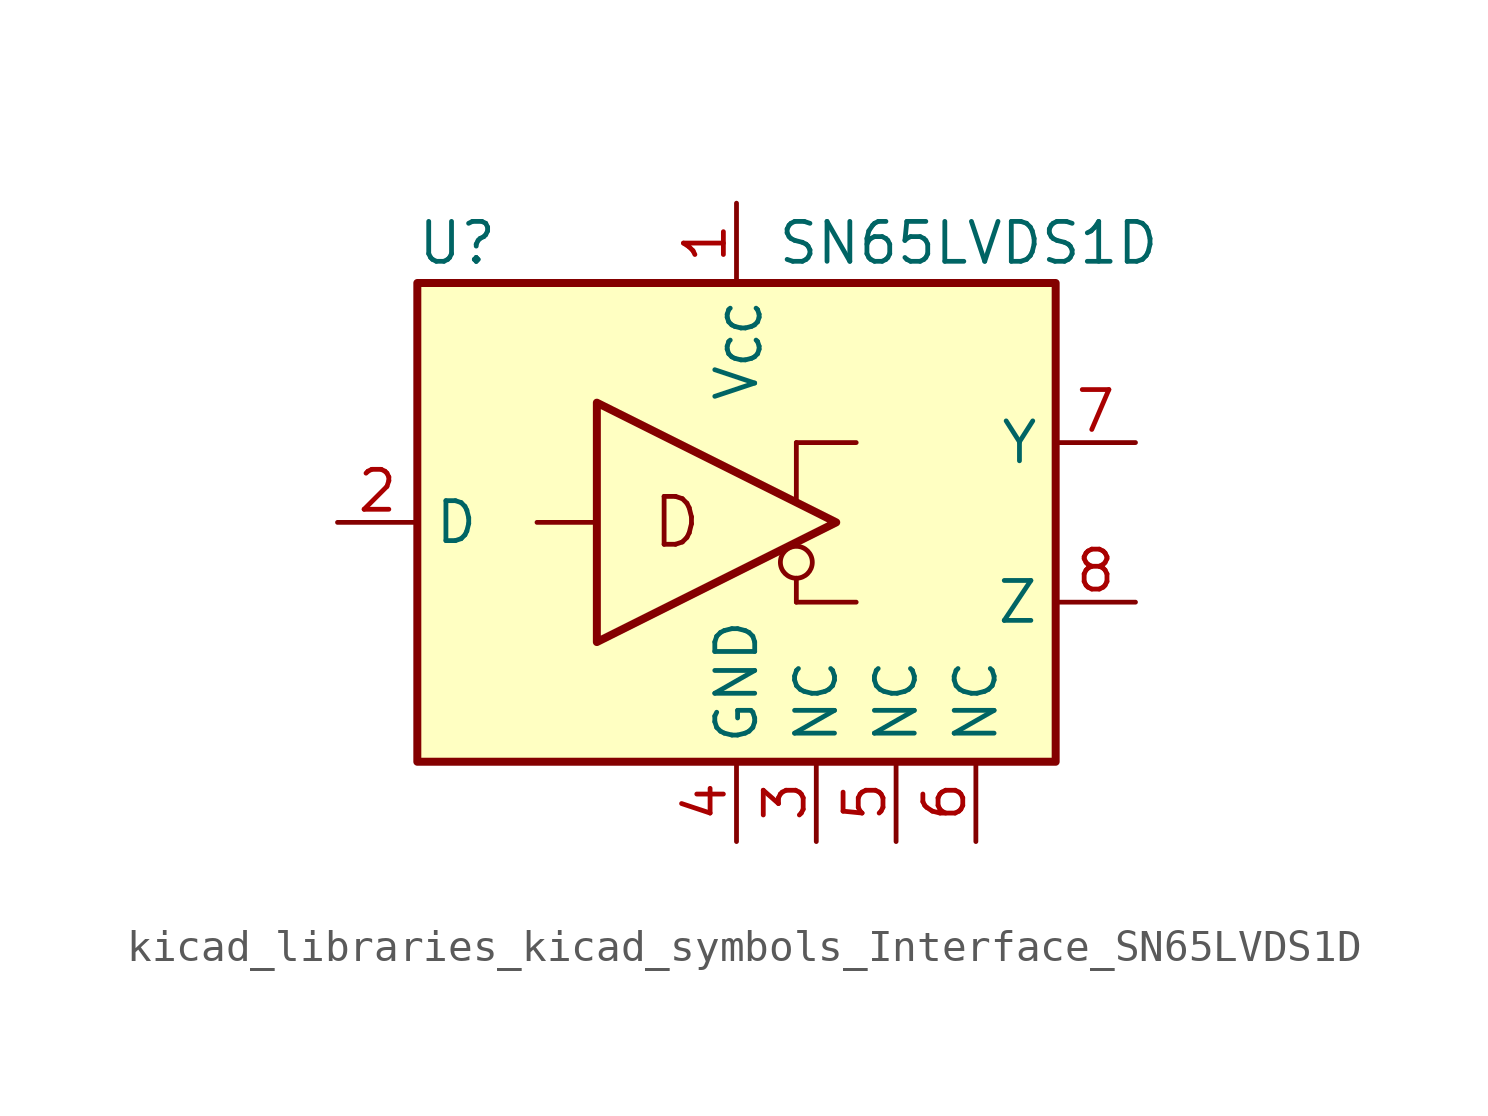
<source format=kicad_sym>
(kicad_symbol_lib
  (version 20220914)
  (generator kicad_symbol_editor)
  (symbol "kicad_libraries_kicad_symbols_Interface_SN65LVDS1D"
    (property "Reference" "U"
      (at -8.89 8.89 0)
      (effects (font (size 1.27 1.27))))
    (property "Value" "SN65LVDS1D"
      (at 1.27 8.89 0)
      (effects (font (size 1.27 1.27)) (justify left)))
    (symbol "kicad_libraries_kicad_symbols_Interface_SN65LVDS1D_1_0"
      (rectangle (start -10.16 7.62) (end 10.16 -7.62) (stroke (width 0.254) (type default) (color 0 0 0 0)) (fill (type background)))
      (polyline (pts (xy 1.905 -1.778) (xy 1.905 -2.54)) (stroke (width 0) (type default) (color 0 0 0 0)) (fill (type none)))
      (polyline (pts (xy 1.905 0.635) (xy 1.905 2.54)) (stroke (width 0) (type default) (color 0 0 0 0)) (fill (type none)))
      (circle (center 1.905 -1.27) (radius 0.508) (stroke (width 0) (type default) (color 0 0 0 0)) (fill (type none)))
      (text "D" (at -1.905 0 0) (effects (font (size 1.524 1.524)))))
    (symbol "kicad_libraries_kicad_symbols_Interface_SN65LVDS1D_1_1"
      (polyline (pts (xy -6.35 0) (xy -4.445 0)) (stroke (width 0) (type default) (color 0 0 0 0)) (fill (type none)))
      (polyline (pts (xy 1.905 -2.54) (xy 3.81 -2.54)) (stroke (width 0) (type default) (color 0 0 0 0)) (fill (type none)))
      (polyline (pts (xy 3.81 2.54) (xy 1.905 2.54)) (stroke (width 0) (type default) (color 0 0 0 0)) (fill (type none)))
      (polyline (pts (xy -4.445 -3.81) (xy -4.445 3.81) (xy 3.175 0) (xy -4.445 -3.81)) (stroke (width 0.254) (type default) (color 0 0 0 0)) (fill (type none)))
      (pin power_in line (at 0 10.16 270) (length 2.54) (name "V_{CC}" (effects (font (size 1.27 1.27)))) (number "1" (effects (font (size 1.27 1.27)))))
      (pin input line (at -12.7 0 0) (length 2.54) (name "D" (effects (font (size 1.27 1.27)))) (number "2" (effects (font (size 1.27 1.27)))))
      (pin passive line (at 2.54 -10.16 90) (length 2.54) (name "NC" (effects (font (size 1.27 1.27)))) (number "3" (effects (font (size 1.27 1.27)))))
      (pin power_in line (at 0 -10.16 90) (length 2.54) (name "GND" (effects (font (size 1.27 1.27)))) (number "4" (effects (font (size 1.27 1.27)))))
      (pin passive line (at 5.08 -10.16 90) (length 2.54) (name "NC" (effects (font (size 1.27 1.27)))) (number "5" (effects (font (size 1.27 1.27)))))
      (pin passive line (at 7.62 -10.16 90) (length 2.54) (name "NC" (effects (font (size 1.27 1.27)))) (number "6" (effects (font (size 1.27 1.27)))))
      (pin output line (at 12.7 2.54 180) (length 2.54) (name "Y" (effects (font (size 1.27 1.27)))) (number "7" (effects (font (size 1.27 1.27)))))
      (pin output line (at 12.7 -2.54 180) (length 2.54) (name "Z" (effects (font (size 1.27 1.27)))) (number "8" (effects (font (size 1.27 1.27))))))))
</source>
